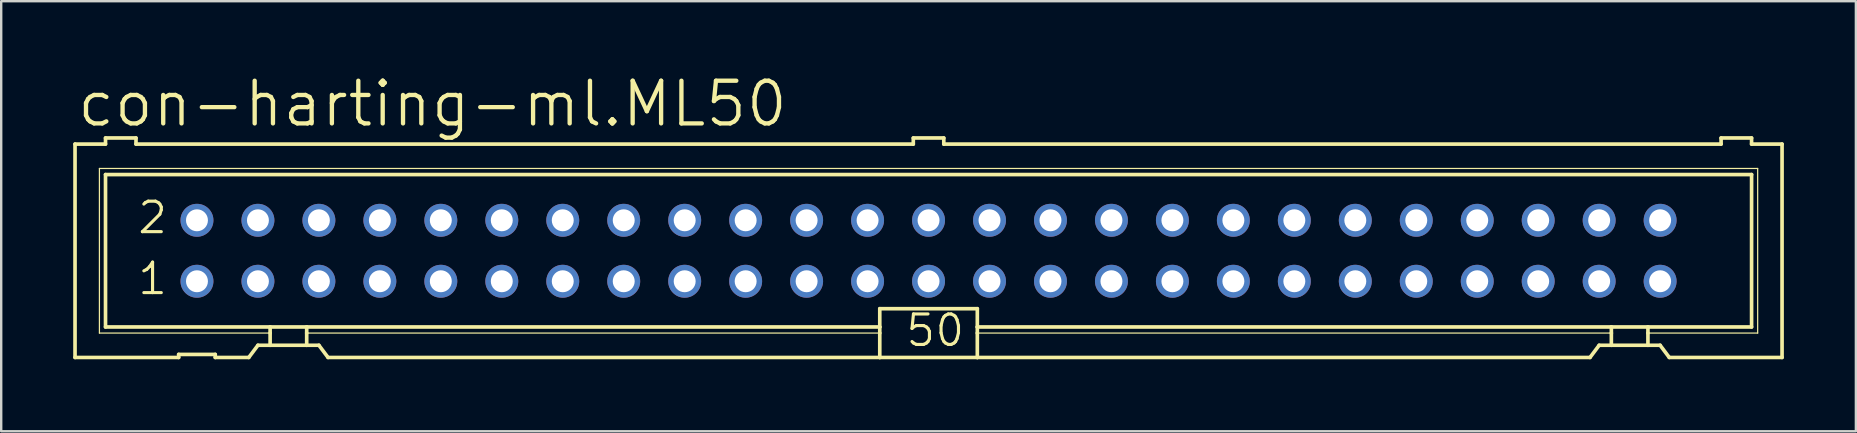
<source format=kicad_pcb>
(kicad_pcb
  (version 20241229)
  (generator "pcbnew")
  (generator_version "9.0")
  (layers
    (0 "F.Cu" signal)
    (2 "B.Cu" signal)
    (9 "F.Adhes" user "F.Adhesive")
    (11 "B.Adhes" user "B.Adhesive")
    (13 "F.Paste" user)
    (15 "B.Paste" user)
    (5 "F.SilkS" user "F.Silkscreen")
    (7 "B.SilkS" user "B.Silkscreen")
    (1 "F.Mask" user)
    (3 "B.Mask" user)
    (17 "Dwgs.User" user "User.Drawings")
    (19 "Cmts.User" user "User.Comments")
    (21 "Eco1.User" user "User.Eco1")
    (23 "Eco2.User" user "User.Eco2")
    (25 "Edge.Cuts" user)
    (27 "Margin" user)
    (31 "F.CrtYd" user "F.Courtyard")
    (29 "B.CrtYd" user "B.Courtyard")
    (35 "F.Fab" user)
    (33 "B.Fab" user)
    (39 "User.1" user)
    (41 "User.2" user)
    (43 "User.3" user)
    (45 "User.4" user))
  (footprint "con-harting-ml.ML50"
    (layer "F.Cu")
    (at 35.636 7.398)
    (property "Reference" "con-harting-ml.ML50" (at -35.56 -5.08 0) (layer "F.SilkS") (effects (font (size 1.778 1.778) (thickness 0.18)) (justify left bottom)))
    (attr through_hole)
    (fp_line (start -35.56 -4.445) (end -35.56 4.445) (stroke (width 0.152) (type default)) (layer "F.SilkS"))
    (fp_line (start -35.56 -4.445) (end -34.29 -4.445) (stroke (width 0.152) (type default)) (layer "F.SilkS"))
    (fp_line (start -35.56 4.445) (end -31.242 4.445) (stroke (width 0.152) (type default)) (layer "F.SilkS"))
    (fp_line (start -34.544 -3.429) (end -34.544 3.429) (stroke (width 0.051) (type default)) (layer "F.SilkS"))
    (fp_line (start -34.544 3.429) (end -27.432 3.429) (stroke (width 0.051) (type default)) (layer "F.SilkS"))
    (fp_line (start -34.29 -4.699) (end -34.29 -4.445) (stroke (width 0.152) (type default)) (layer "F.SilkS"))
    (fp_line (start -34.29 -3.175) (end -34.29 3.175) (stroke (width 0.152) (type default)) (layer "F.SilkS"))
    (fp_line (start -34.29 -3.175) (end 34.29 -3.175) (stroke (width 0.152) (type default)) (layer "F.SilkS"))
    (fp_line (start -33.02 -4.699) (end -34.29 -4.699) (stroke (width 0.152) (type default)) (layer "F.SilkS"))
    (fp_line (start -33.02 -4.699) (end -33.02 -4.445) (stroke (width 0.152) (type default)) (layer "F.SilkS"))
    (fp_line (start -33.02 -4.445) (end -0.635 -4.445) (stroke (width 0.152) (type default)) (layer "F.SilkS"))
    (fp_line (start -31.242 4.318) (end -31.242 4.445) (stroke (width 0.152) (type default)) (layer "F.SilkS"))
    (fp_line (start -31.242 4.318) (end -29.718 4.318) (stroke (width 0.152) (type default)) (layer "F.SilkS"))
    (fp_line (start -29.718 4.445) (end -29.718 4.318) (stroke (width 0.152) (type default)) (layer "F.SilkS"))
    (fp_line (start -29.718 4.445) (end -28.321 4.445) (stroke (width 0.152) (type default)) (layer "F.SilkS"))
    (fp_line (start -28.321 4.445) (end -27.94 3.937) (stroke (width 0.152) (type default)) (layer "F.SilkS"))
    (fp_line (start -27.432 3.175) (end -34.29 3.175) (stroke (width 0.152) (type default)) (layer "F.SilkS"))
    (fp_line (start -27.432 3.175) (end -27.432 3.429) (stroke (width 0.152) (type default)) (layer "F.SilkS"))
    (fp_line (start -27.432 3.429) (end -27.432 3.937) (stroke (width 0.152) (type default)) (layer "F.SilkS"))
    (fp_line (start -27.432 3.937) (end -27.94 3.937) (stroke (width 0.152) (type default)) (layer "F.SilkS"))
    (fp_line (start -25.908 3.175) (end -27.432 3.175) (stroke (width 0.152) (type default)) (layer "F.SilkS"))
    (fp_line (start -25.908 3.175) (end -25.908 3.429) (stroke (width 0.152) (type default)) (layer "F.SilkS"))
    (fp_line (start -25.908 3.429) (end -25.908 3.937) (stroke (width 0.152) (type default)) (layer "F.SilkS"))
    (fp_line (start -25.908 3.429) (end -2.032 3.429) (stroke (width 0.051) (type default)) (layer "F.SilkS"))
    (fp_line (start -25.908 3.937) (end -27.432 3.937) (stroke (width 0.152) (type default)) (layer "F.SilkS"))
    (fp_line (start -25.4 3.937) (end -25.908 3.937) (stroke (width 0.152) (type default)) (layer "F.SilkS"))
    (fp_line (start -25.4 3.937) (end -25.019 4.445) (stroke (width 0.152) (type default)) (layer "F.SilkS"))
    (fp_line (start -25.019 4.445) (end -2.032 4.445) (stroke (width 0.152) (type default)) (layer "F.SilkS"))
    (fp_line (start -2.032 3.175) (end -25.908 3.175) (stroke (width 0.152) (type default)) (layer "F.SilkS"))
    (fp_line (start -2.032 3.175) (end -2.032 2.413) (stroke (width 0.152) (type default)) (layer "F.SilkS"))
    (fp_line (start -2.032 3.175) (end -2.032 3.429) (stroke (width 0.152) (type default)) (layer "F.SilkS"))
    (fp_line (start -2.032 3.429) (end -2.032 4.445) (stroke (width 0.152) (type default)) (layer "F.SilkS"))
    (fp_line (start -0.635 -4.699) (end -0.635 -4.445) (stroke (width 0.152) (type default)) (layer "F.SilkS"))
    (fp_line (start 0.635 -4.699) (end -0.635 -4.699) (stroke (width 0.152) (type default)) (layer "F.SilkS"))
    (fp_line (start 0.635 -4.699) (end 0.635 -4.445) (stroke (width 0.152) (type default)) (layer "F.SilkS"))
    (fp_line (start 0.635 -4.445) (end 33.02 -4.445) (stroke (width 0.152) (type default)) (layer "F.SilkS"))
    (fp_line (start 2.032 2.413) (end -2.032 2.413) (stroke (width 0.152) (type default)) (layer "F.SilkS"))
    (fp_line (start 2.032 2.413) (end 2.032 3.175) (stroke (width 0.152) (type default)) (layer "F.SilkS"))
    (fp_line (start 2.032 3.175) (end 2.032 3.429) (stroke (width 0.152) (type default)) (layer "F.SilkS"))
    (fp_line (start 2.032 3.429) (end 2.032 4.445) (stroke (width 0.152) (type default)) (layer "F.SilkS"))
    (fp_line (start 2.032 4.445) (end -2.032 4.445) (stroke (width 0.152) (type default)) (layer "F.SilkS"))
    (fp_line (start 27.559 4.445) (end 2.032 4.445) (stroke (width 0.152) (type default)) (layer "F.SilkS"))
    (fp_line (start 27.559 4.445) (end 27.94 3.937) (stroke (width 0.152) (type default)) (layer "F.SilkS"))
    (fp_line (start 28.448 3.175) (end 2.032 3.175) (stroke (width 0.152) (type default)) (layer "F.SilkS"))
    (fp_line (start 28.448 3.175) (end 28.448 3.429) (stroke (width 0.152) (type default)) (layer "F.SilkS"))
    (fp_line (start 28.448 3.429) (end 2.032 3.429) (stroke (width 0.051) (type default)) (layer "F.SilkS"))
    (fp_line (start 28.448 3.429) (end 28.448 3.937) (stroke (width 0.152) (type default)) (layer "F.SilkS"))
    (fp_line (start 28.448 3.937) (end 27.94 3.937) (stroke (width 0.152) (type default)) (layer "F.SilkS"))
    (fp_line (start 29.972 3.175) (end 28.448 3.175) (stroke (width 0.152) (type default)) (layer "F.SilkS"))
    (fp_line (start 29.972 3.175) (end 29.972 3.429) (stroke (width 0.152) (type default)) (layer "F.SilkS"))
    (fp_line (start 29.972 3.429) (end 29.972 3.937) (stroke (width 0.152) (type default)) (layer "F.SilkS"))
    (fp_line (start 29.972 3.429) (end 34.544 3.429) (stroke (width 0.051) (type default)) (layer "F.SilkS"))
    (fp_line (start 29.972 3.937) (end 28.448 3.937) (stroke (width 0.152) (type default)) (layer "F.SilkS"))
    (fp_line (start 30.48 3.937) (end 29.972 3.937) (stroke (width 0.152) (type default)) (layer "F.SilkS"))
    (fp_line (start 30.48 3.937) (end 30.861 4.445) (stroke (width 0.152) (type default)) (layer "F.SilkS"))
    (fp_line (start 33.02 -4.445) (end 33.02 -4.699) (stroke (width 0.152) (type default)) (layer "F.SilkS"))
    (fp_line (start 34.29 -4.699) (end 33.02 -4.699) (stroke (width 0.152) (type default)) (layer "F.SilkS"))
    (fp_line (start 34.29 -4.445) (end 34.29 -4.699) (stroke (width 0.152) (type default)) (layer "F.SilkS"))
    (fp_line (start 34.29 -4.445) (end 35.56 -4.445) (stroke (width 0.152) (type default)) (layer "F.SilkS"))
    (fp_line (start 34.29 3.175) (end 29.972 3.175) (stroke (width 0.152) (type default)) (layer "F.SilkS"))
    (fp_line (start 34.29 3.175) (end 34.29 -3.175) (stroke (width 0.152) (type default)) (layer "F.SilkS"))
    (fp_line (start 34.544 -3.429) (end -34.544 -3.429) (stroke (width 0.051) (type default)) (layer "F.SilkS"))
    (fp_line (start 34.544 3.429) (end 34.544 -3.429) (stroke (width 0.051) (type default)) (layer "F.SilkS"))
    (fp_line (start 35.56 4.445) (end 30.861 4.445) (stroke (width 0.152) (type default)) (layer "F.SilkS"))
    (fp_line (start 35.56 4.445) (end 35.56 -4.445) (stroke (width 0.152) (type default)) (layer "F.SilkS"))
    (fp_rect (start -30.734 -1.016) (end -30.226 -1.524) (stroke (width 0.05) (type default)) (fill no) (layer "F.Fab"))
    (fp_rect (start -30.734 1.524) (end -30.226 1.016) (stroke (width 0.05) (type default)) (fill no) (layer "F.Fab"))
    (fp_rect (start -28.194 -1.016) (end -27.686 -1.524) (stroke (width 0.05) (type default)) (fill no) (layer "F.Fab"))
    (fp_rect (start -28.194 1.524) (end -27.686 1.016) (stroke (width 0.05) (type default)) (fill no) (layer "F.Fab"))
    (fp_rect (start -25.654 -1.016) (end -25.146 -1.524) (stroke (width 0.05) (type default)) (fill no) (layer "F.Fab"))
    (fp_rect (start -25.654 1.524) (end -25.146 1.016) (stroke (width 0.05) (type default)) (fill no) (layer "F.Fab"))
    (fp_rect (start -23.114 -1.016) (end -22.606 -1.524) (stroke (width 0.05) (type default)) (fill no) (layer "F.Fab"))
    (fp_rect (start -23.114 1.524) (end -22.606 1.016) (stroke (width 0.05) (type default)) (fill no) (layer "F.Fab"))
    (fp_rect (start -20.574 -1.016) (end -20.066 -1.524) (stroke (width 0.05) (type default)) (fill no) (layer "F.Fab"))
    (fp_rect (start -20.574 1.524) (end -20.066 1.016) (stroke (width 0.05) (type default)) (fill no) (layer "F.Fab"))
    (fp_rect (start -18.034 -1.016) (end -17.526 -1.524) (stroke (width 0.05) (type default)) (fill no) (layer "F.Fab"))
    (fp_rect (start -18.034 1.524) (end -17.526 1.016) (stroke (width 0.05) (type default)) (fill no) (layer "F.Fab"))
    (fp_rect (start -15.494 -1.016) (end -14.986 -1.524) (stroke (width 0.05) (type default)) (fill no) (layer "F.Fab"))
    (fp_rect (start -15.494 1.524) (end -14.986 1.016) (stroke (width 0.05) (type default)) (fill no) (layer "F.Fab"))
    (fp_rect (start -12.954 -1.016) (end -12.446 -1.524) (stroke (width 0.05) (type default)) (fill no) (layer "F.Fab"))
    (fp_rect (start -12.954 1.524) (end -12.446 1.016) (stroke (width 0.05) (type default)) (fill no) (layer "F.Fab"))
    (fp_rect (start -10.414 -1.016) (end -9.906 -1.524) (stroke (width 0.05) (type default)) (fill no) (layer "F.Fab"))
    (fp_rect (start -10.414 1.524) (end -9.906 1.016) (stroke (width 0.05) (type default)) (fill no) (layer "F.Fab"))
    (fp_rect (start -7.874 -1.016) (end -7.366 -1.524) (stroke (width 0.05) (type default)) (fill no) (layer "F.Fab"))
    (fp_rect (start -7.874 1.524) (end -7.366 1.016) (stroke (width 0.05) (type default)) (fill no) (layer "F.Fab"))
    (fp_rect (start -5.334 -1.016) (end -4.826 -1.524) (stroke (width 0.05) (type default)) (fill no) (layer "F.Fab"))
    (fp_rect (start -5.334 1.524) (end -4.826 1.016) (stroke (width 0.05) (type default)) (fill no) (layer "F.Fab"))
    (fp_rect (start -2.794 -1.016) (end -2.286 -1.524) (stroke (width 0.05) (type default)) (fill no) (layer "F.Fab"))
    (fp_rect (start -2.794 1.524) (end -2.286 1.016) (stroke (width 0.05) (type default)) (fill no) (layer "F.Fab"))
    (fp_rect (start -0.254 -1.016) (end 0.254 -1.524) (stroke (width 0.05) (type default)) (fill no) (layer "F.Fab"))
    (fp_rect (start -0.254 1.524) (end 0.254 1.016) (stroke (width 0.05) (type default)) (fill no) (layer "F.Fab"))
    (fp_rect (start 2.286 -1.016) (end 2.794 -1.524) (stroke (width 0.05) (type default)) (fill no) (layer "F.Fab"))
    (fp_rect (start 2.286 1.524) (end 2.794 1.016) (stroke (width 0.05) (type default)) (fill no) (layer "F.Fab"))
    (fp_rect (start 4.826 -1.016) (end 5.334 -1.524) (stroke (width 0.05) (type default)) (fill no) (layer "F.Fab"))
    (fp_rect (start 4.826 1.524) (end 5.334 1.016) (stroke (width 0.05) (type default)) (fill no) (layer "F.Fab"))
    (fp_rect (start 7.366 -1.016) (end 7.874 -1.524) (stroke (width 0.05) (type default)) (fill no) (layer "F.Fab"))
    (fp_rect (start 7.366 1.524) (end 7.874 1.016) (stroke (width 0.05) (type default)) (fill no) (layer "F.Fab"))
    (fp_rect (start 9.906 -1.016) (end 10.414 -1.524) (stroke (width 0.05) (type default)) (fill no) (layer "F.Fab"))
    (fp_rect (start 9.906 1.524) (end 10.414 1.016) (stroke (width 0.05) (type default)) (fill no) (layer "F.Fab"))
    (fp_rect (start 12.446 -1.016) (end 12.954 -1.524) (stroke (width 0.05) (type default)) (fill no) (layer "F.Fab"))
    (fp_rect (start 12.446 1.524) (end 12.954 1.016) (stroke (width 0.05) (type default)) (fill no) (layer "F.Fab"))
    (fp_rect (start 14.986 -1.016) (end 15.494 -1.524) (stroke (width 0.05) (type default)) (fill no) (layer "F.Fab"))
    (fp_rect (start 14.986 1.524) (end 15.494 1.016) (stroke (width 0.05) (type default)) (fill no) (layer "F.Fab"))
    (fp_rect (start 17.526 -1.016) (end 18.034 -1.524) (stroke (width 0.05) (type default)) (fill no) (layer "F.Fab"))
    (fp_rect (start 17.526 1.524) (end 18.034 1.016) (stroke (width 0.05) (type default)) (fill no) (layer "F.Fab"))
    (fp_rect (start 20.066 -1.016) (end 20.574 -1.524) (stroke (width 0.05) (type default)) (fill no) (layer "F.Fab"))
    (fp_rect (start 20.066 1.524) (end 20.574 1.016) (stroke (width 0.05) (type default)) (fill no) (layer "F.Fab"))
    (fp_rect (start 22.606 -1.016) (end 23.114 -1.524) (stroke (width 0.05) (type default)) (fill no) (layer "F.Fab"))
    (fp_rect (start 22.606 1.524) (end 23.114 1.016) (stroke (width 0.05) (type default)) (fill no) (layer "F.Fab"))
    (fp_rect (start 25.146 -1.016) (end 25.654 -1.524) (stroke (width 0.05) (type default)) (fill no) (layer "F.Fab"))
    (fp_rect (start 25.146 1.524) (end 25.654 1.016) (stroke (width 0.05) (type default)) (fill no) (layer "F.Fab"))
    (fp_rect (start 27.686 -1.016) (end 28.194 -1.524) (stroke (width 0.05) (type default)) (fill no) (layer "F.Fab"))
    (fp_rect (start 27.686 1.524) (end 28.194 1.016) (stroke (width 0.05) (type default)) (fill no) (layer "F.Fab"))
    (fp_rect (start 30.226 -1.016) (end 30.734 -1.524) (stroke (width 0.05) (type default)) (fill no) (layer "F.Fab"))
    (fp_rect (start 30.226 1.524) (end 30.734 1.016) (stroke (width 0.05) (type default)) (fill no) (layer "F.Fab"))
    (fp_text user "1" (at -33.02 1.905 0) (layer "F.SilkS") (effects (font (size 1.27 1.27) (thickness 0.13)) (justify left bottom)))
    (fp_text user "50" (at -1.016 4.064 0) (layer "F.SilkS") (effects (font (size 1.27 1.27) (thickness 0.13)) (justify left bottom)))
    (fp_text user "2" (at -33.02 -0.635 0) (layer "F.SilkS") (effects (font (size 1.27 1.27) (thickness 0.13)) (justify left bottom)))
    (pad "1" thru_hole circle (at -30.48 1.27) (size 1.372 1.372) (drill 0.914) (layers "*.Cu" "*.Mask"))
    (pad "2" thru_hole circle (at -30.48 -1.27) (size 1.372 1.372) (drill 0.914) (layers "*.Cu" "*.Mask"))
    (pad "3" thru_hole circle (at -27.94 1.27) (size 1.372 1.372) (drill 0.914) (layers "*.Cu" "*.Mask"))
    (pad "4" thru_hole circle (at -27.94 -1.27) (size 1.372 1.372) (drill 0.914) (layers "*.Cu" "*.Mask"))
    (pad "5" thru_hole circle (at -25.4 1.27) (size 1.372 1.372) (drill 0.914) (layers "*.Cu" "*.Mask"))
    (pad "6" thru_hole circle (at -25.4 -1.27) (size 1.372 1.372) (drill 0.914) (layers "*.Cu" "*.Mask"))
    (pad "7" thru_hole circle (at -22.86 1.27) (size 1.372 1.372) (drill 0.914) (layers "*.Cu" "*.Mask"))
    (pad "8" thru_hole circle (at -22.86 -1.27) (size 1.372 1.372) (drill 0.914) (layers "*.Cu" "*.Mask"))
    (pad "9" thru_hole circle (at -20.32 1.27) (size 1.372 1.372) (drill 0.914) (layers "*.Cu" "*.Mask"))
    (pad "10" thru_hole circle (at -20.32 -1.27) (size 1.372 1.372) (drill 0.914) (layers "*.Cu" "*.Mask"))
    (pad "11" thru_hole circle (at -17.78 1.27) (size 1.372 1.372) (drill 0.914) (layers "*.Cu" "*.Mask"))
    (pad "12" thru_hole circle (at -17.78 -1.27) (size 1.372 1.372) (drill 0.914) (layers "*.Cu" "*.Mask"))
    (pad "13" thru_hole circle (at -15.24 1.27) (size 1.372 1.372) (drill 0.914) (layers "*.Cu" "*.Mask"))
    (pad "14" thru_hole circle (at -15.24 -1.27) (size 1.372 1.372) (drill 0.914) (layers "*.Cu" "*.Mask"))
    (pad "15" thru_hole circle (at -12.7 1.27) (size 1.372 1.372) (drill 0.914) (layers "*.Cu" "*.Mask"))
    (pad "16" thru_hole circle (at -12.7 -1.27) (size 1.372 1.372) (drill 0.914) (layers "*.Cu" "*.Mask"))
    (pad "17" thru_hole circle (at -10.16 1.27) (size 1.372 1.372) (drill 0.914) (layers "*.Cu" "*.Mask"))
    (pad "18" thru_hole circle (at -10.16 -1.27) (size 1.372 1.372) (drill 0.914) (layers "*.Cu" "*.Mask"))
    (pad "19" thru_hole circle (at -7.62 1.27) (size 1.372 1.372) (drill 0.914) (layers "*.Cu" "*.Mask"))
    (pad "20" thru_hole circle (at -7.62 -1.27) (size 1.372 1.372) (drill 0.914) (layers "*.Cu" "*.Mask"))
    (pad "21" thru_hole circle (at -5.08 1.27) (size 1.372 1.372) (drill 0.914) (layers "*.Cu" "*.Mask"))
    (pad "22" thru_hole circle (at -5.08 -1.27) (size 1.372 1.372) (drill 0.914) (layers "*.Cu" "*.Mask"))
    (pad "23" thru_hole circle (at -2.54 1.27) (size 1.372 1.372) (drill 0.914) (layers "*.Cu" "*.Mask"))
    (pad "24" thru_hole circle (at -2.54 -1.27) (size 1.372 1.372) (drill 0.914) (layers "*.Cu" "*.Mask"))
    (pad "25" thru_hole circle (at 0 1.27) (size 1.372 1.372) (drill 0.914) (layers "*.Cu" "*.Mask"))
    (pad "26" thru_hole circle (at 0 -1.27) (size 1.372 1.372) (drill 0.914) (layers "*.Cu" "*.Mask"))
    (pad "27" thru_hole circle (at 2.54 1.27) (size 1.372 1.372) (drill 0.914) (layers "*.Cu" "*.Mask"))
    (pad "28" thru_hole circle (at 2.54 -1.27) (size 1.372 1.372) (drill 0.914) (layers "*.Cu" "*.Mask"))
    (pad "29" thru_hole circle (at 5.08 1.27) (size 1.372 1.372) (drill 0.914) (layers "*.Cu" "*.Mask"))
    (pad "30" thru_hole circle (at 5.08 -1.27) (size 1.372 1.372) (drill 0.914) (layers "*.Cu" "*.Mask"))
    (pad "31" thru_hole circle (at 7.62 1.27) (size 1.372 1.372) (drill 0.914) (layers "*.Cu" "*.Mask"))
    (pad "32" thru_hole circle (at 7.62 -1.27) (size 1.372 1.372) (drill 0.914) (layers "*.Cu" "*.Mask"))
    (pad "33" thru_hole circle (at 10.16 1.27) (size 1.372 1.372) (drill 0.914) (layers "*.Cu" "*.Mask"))
    (pad "34" thru_hole circle (at 10.16 -1.27) (size 1.372 1.372) (drill 0.914) (layers "*.Cu" "*.Mask"))
    (pad "35" thru_hole circle (at 12.7 1.27) (size 1.372 1.372) (drill 0.914) (layers "*.Cu" "*.Mask"))
    (pad "36" thru_hole circle (at 12.7 -1.27) (size 1.372 1.372) (drill 0.914) (layers "*.Cu" "*.Mask"))
    (pad "37" thru_hole circle (at 15.24 1.27) (size 1.372 1.372) (drill 0.914) (layers "*.Cu" "*.Mask"))
    (pad "38" thru_hole circle (at 15.24 -1.27) (size 1.372 1.372) (drill 0.914) (layers "*.Cu" "*.Mask"))
    (pad "39" thru_hole circle (at 17.78 1.27) (size 1.372 1.372) (drill 0.914) (layers "*.Cu" "*.Mask"))
    (pad "40" thru_hole circle (at 17.78 -1.27) (size 1.372 1.372) (drill 0.914) (layers "*.Cu" "*.Mask"))
    (pad "41" thru_hole circle (at 20.32 1.27) (size 1.372 1.372) (drill 0.914) (layers "*.Cu" "*.Mask"))
    (pad "42" thru_hole circle (at 20.32 -1.27) (size 1.372 1.372) (drill 0.914) (layers "*.Cu" "*.Mask"))
    (pad "43" thru_hole circle (at 22.86 1.27) (size 1.372 1.372) (drill 0.914) (layers "*.Cu" "*.Mask"))
    (pad "44" thru_hole circle (at 22.86 -1.27) (size 1.372 1.372) (drill 0.914) (layers "*.Cu" "*.Mask"))
    (pad "45" thru_hole circle (at 25.4 1.27) (size 1.372 1.372) (drill 0.914) (layers "*.Cu" "*.Mask"))
    (pad "46" thru_hole circle (at 25.4 -1.27) (size 1.372 1.372) (drill 0.914) (layers "*.Cu" "*.Mask"))
    (pad "47" thru_hole circle (at 27.94 1.27) (size 1.372 1.372) (drill 0.914) (layers "*.Cu" "*.Mask"))
    (pad "48" thru_hole circle (at 27.94 -1.27) (size 1.372 1.372) (drill 0.914) (layers "*.Cu" "*.Mask"))
    (pad "49" thru_hole circle (at 30.48 1.27) (size 1.372 1.372) (drill 0.914) (layers "*.Cu" "*.Mask"))
    (pad "50" thru_hole circle (at 30.48 -1.27) (size 1.372 1.372) (drill 0.914) (layers "*.Cu" "*.Mask")))
  (gr_rect
    (start -3 -3)
    (end 74.272 14.919)
    (stroke (width 0.1) (type default))
    (fill no)
    (layer "Edge.Cuts")))
</source>
